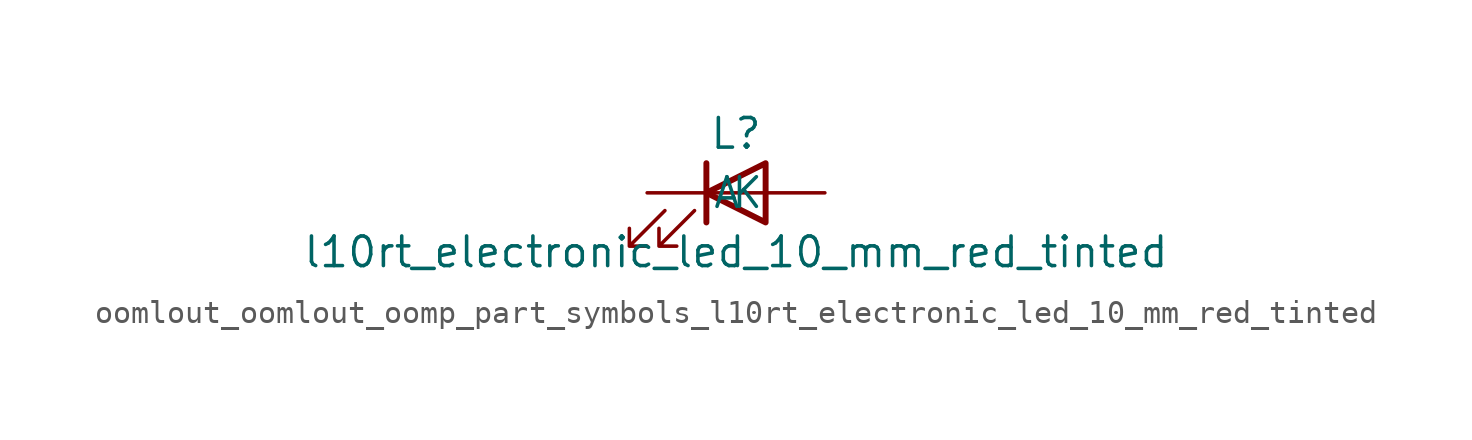
<source format=kicad_sym>
(kicad_symbol_lib
  (version 20220914)
  (generator kicad_symbol_editor)
  (symbol "oomlout_oomlout_oomp_part_symbols_l10rt_electronic_led_10_mm_red_tinted"
    (pin_numbers hide)
    (pin_names
      (offset 1.016))
    (property "Reference" "L"
      (at 0 2.54 0)
      (effects (font (size 1.27 1.27))))
    (property "Value" "l10rt_electronic_led_10_mm_red_tinted"
      (at 0 -2.54 0)
      (effects (font (size 1.27 1.27))))
    (symbol "oomlout_oomlout_oomp_part_symbols_l10rt_electronic_led_10_mm_red_tinted_0_1"
      (polyline (pts (xy -1.27 -1.27) (xy -1.27 1.27)) (stroke (width 0.254) (type default)) (fill (type none)))
      (polyline (pts (xy -1.27 0) (xy 1.27 0)) (stroke (width 0) (type default)) (fill (type none)))
      (polyline (pts (xy 1.27 -1.27) (xy 1.27 1.27) (xy -1.27 0) (xy 1.27 -1.27)) (stroke (width 0.254) (type default)) (fill (type none)))
      (polyline (pts (xy -3.048 -0.762) (xy -4.572 -2.286) (xy -3.81 -2.286) (xy -4.572 -2.286) (xy -4.572 -1.524)) (stroke (width 0) (type default)) (fill (type none)))
      (polyline (pts (xy -1.778 -0.762) (xy -3.302 -2.286) (xy -2.54 -2.286) (xy -3.302 -2.286) (xy -3.302 -1.524)) (stroke (width 0) (type default)) (fill (type none))))
    (symbol "oomlout_oomlout_oomp_part_symbols_l10rt_electronic_led_10_mm_red_tinted_1_1"
      (pin passive line (at -3.81 0 0) (length 2.54) (name "K" (effects (font (size 1.27 1.27)))) (number "1" (effects (font (size 1.27 1.27)))))
      (pin passive line (at 3.81 0 180) (length 2.54) (name "A" (effects (font (size 1.27 1.27)))) (number "2" (effects (font (size 1.27 1.27))))))))
</source>
